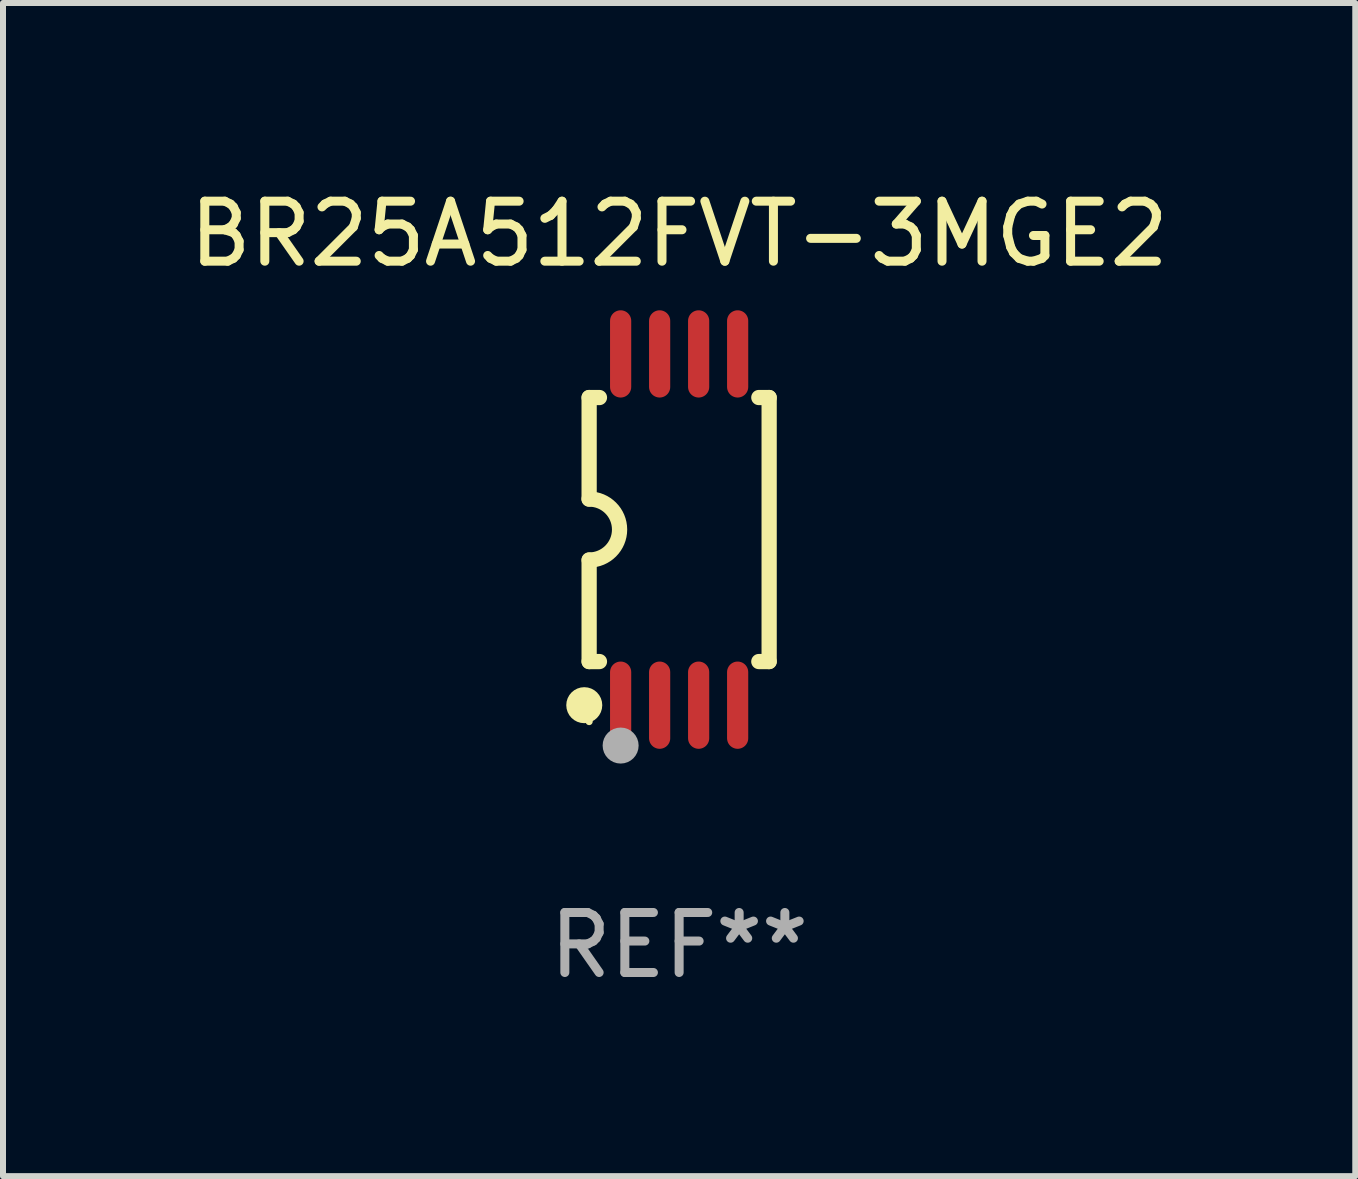
<source format=kicad_pcb>
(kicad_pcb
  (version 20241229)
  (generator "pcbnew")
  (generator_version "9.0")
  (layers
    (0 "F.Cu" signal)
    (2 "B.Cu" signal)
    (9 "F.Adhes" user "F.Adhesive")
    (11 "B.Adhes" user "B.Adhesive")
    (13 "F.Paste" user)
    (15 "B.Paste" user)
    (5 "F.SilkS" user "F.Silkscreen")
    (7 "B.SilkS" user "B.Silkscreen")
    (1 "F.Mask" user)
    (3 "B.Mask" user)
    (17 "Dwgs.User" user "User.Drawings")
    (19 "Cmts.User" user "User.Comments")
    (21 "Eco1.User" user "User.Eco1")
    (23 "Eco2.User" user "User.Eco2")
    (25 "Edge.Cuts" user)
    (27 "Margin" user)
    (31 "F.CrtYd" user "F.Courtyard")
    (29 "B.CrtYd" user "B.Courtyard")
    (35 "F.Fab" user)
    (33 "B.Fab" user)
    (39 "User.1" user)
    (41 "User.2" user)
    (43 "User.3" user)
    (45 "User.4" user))
  (footprint "BR25A512FVT-3MGE2"
    (layer "F.Cu")
    (at 8.268 5.775)
    (property "Reference" "BR25A512FVT-3MGE2" (at 0 -4.927 0) (layer "F.SilkS") (effects (font (size 1 1) (thickness 0.15))))
    (attr through_hole)
    (fp_line (start -1.5 -2.2) (end -1.5 -0.508) (stroke (width 0.254) (type solid)) (layer "F.SilkS"))
    (fp_line (start -1.5 -2.2) (end -1.328 -2.2) (stroke (width 0.254) (type solid)) (layer "F.SilkS"))
    (fp_line (start -1.5 2.2) (end -1.5 0.508) (stroke (width 0.254) (type solid)) (layer "F.SilkS"))
    (fp_line (start -1.5 2.2) (end -1.328 2.2) (stroke (width 0.254) (type solid)) (layer "F.SilkS"))
    (fp_line (start 1.328 -2.2) (end 1.5 -2.2) (stroke (width 0.254) (type solid)) (layer "F.SilkS"))
    (fp_line (start 1.328 2.2) (end 1.5 2.2) (stroke (width 0.254) (type solid)) (layer "F.SilkS"))
    (fp_line (start 1.5 -2.2) (end 1.5 2.2) (stroke (width 0.254) (type solid)) (layer "F.SilkS"))
    (fp_arc (start -1.501144 -0.508) (mid -0.993143 -0.000571) (end -1.5 0.508001) (stroke (width 0.254001) (type solid)) (layer "F.SilkS"))
    (fp_circle (center -1.581 2.927) (end -1.431 2.927) (stroke (width 0.3) (type solid)) (fill no) (layer "F.SilkS"))
    (fp_circle (center -1.5 3.2) (end -1.47 3.2) (stroke (width 0.06) (type solid)) (fill no) (layer "F.SilkS"))
    (fp_circle (center -0.975 3.6) (end -0.825 3.6) (stroke (width 0.3) (type solid)) (fill no) (layer "F.Fab"))
    (fp_text user "REF**" (at 0 6.927 0) (layer "F.Fab") (effects (font (size 1 1) (thickness 0.15))))
    (pad "1" smd oval (at -0.975 2.927) (size 0.353 1.454) (layers "F.Cu" "F.Mask" "F.Paste"))
    (pad "2" smd oval (at -0.325 2.927) (size 0.353 1.454) (layers "F.Cu" "F.Mask" "F.Paste"))
    (pad "3" smd oval (at 0.325 2.927) (size 0.353 1.454) (layers "F.Cu" "F.Mask" "F.Paste"))
    (pad "4" smd oval (at 0.975 2.927) (size 0.353 1.454) (layers "F.Cu" "F.Mask" "F.Paste"))
    (pad "5" smd oval (at 0.975 -2.927) (size 0.353 1.454) (layers "F.Cu" "F.Mask" "F.Paste"))
    (pad "6" smd oval (at 0.325 -2.927) (size 0.353 1.454) (layers "F.Cu" "F.Mask" "F.Paste"))
    (pad "7" smd oval (at -0.325 -2.927) (size 0.353 1.454) (layers "F.Cu" "F.Mask" "F.Paste"))
    (pad "8" smd oval (at -0.975 -2.927) (size 0.353 1.454) (layers "F.Cu" "F.Mask" "F.Paste")))
  (gr_rect
    (start -3 -3)
    (end 19.536 16.551)
    (stroke (width 0.1) (type default))
    (fill no)
    (layer "Edge.Cuts")))
</source>
